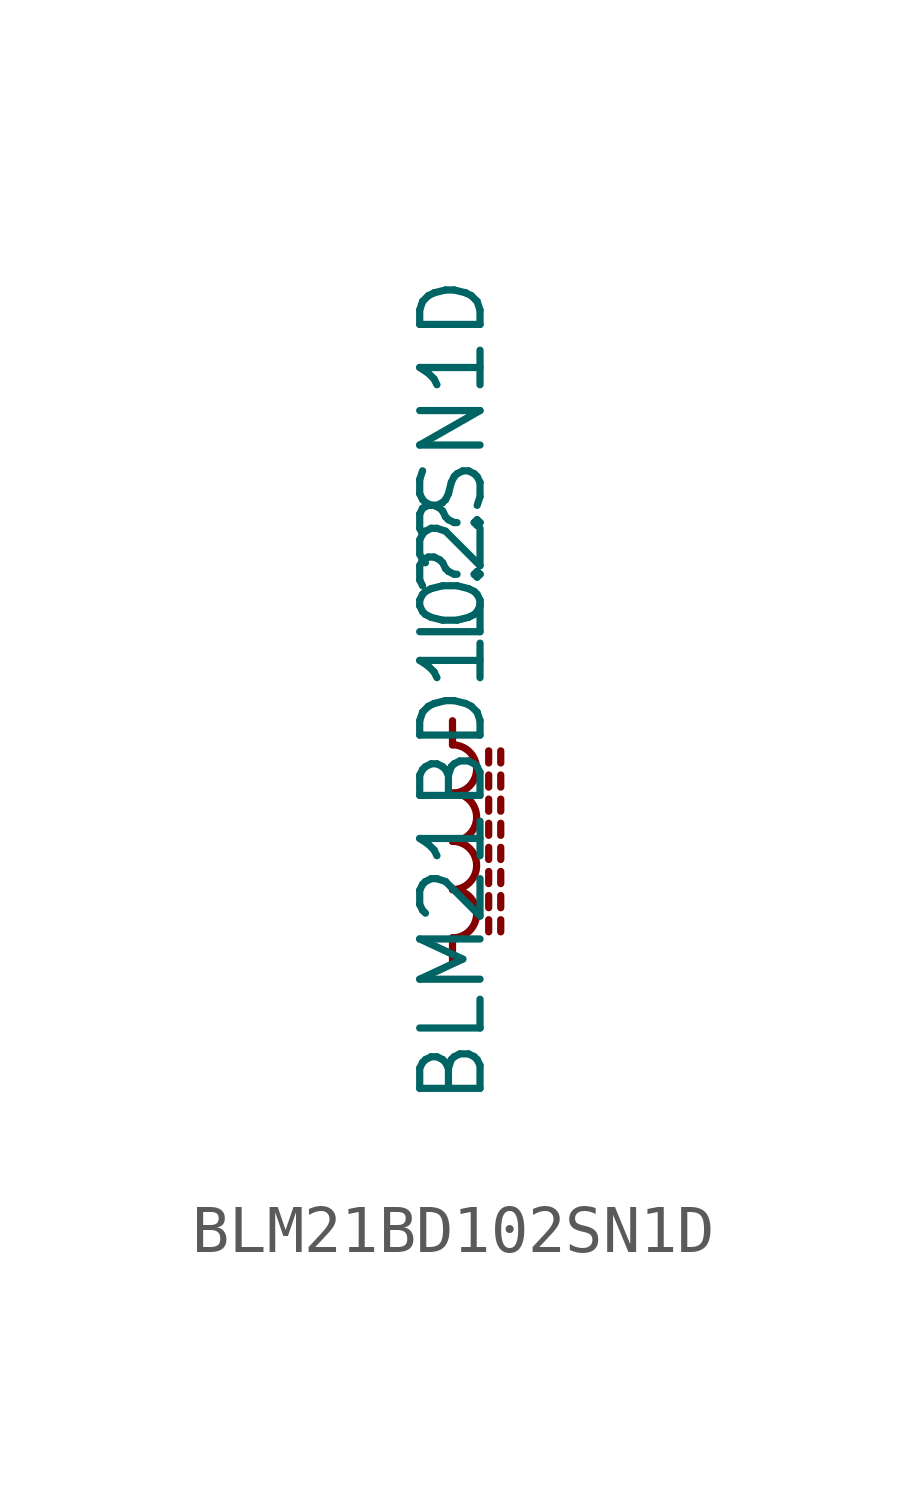
<source format=kicad_sym>
(kicad_symbol_lib
  (version 20211014)
  (generator kicad_symbol_editor)
  (symbol "BLM21BD102SN1D"
    (pin_numbers hide)
    (pin_names
      (offset 0.254) hide)
    (property "Reference" "L?"
      (at 0 5.715 90)
      (effects (font (size 1.27 1.27))))
    (property "Value" "BLM21BD102SN1D"
      (at 0 3.175 90)
      (effects (font (size 1.27 1.27))))
    (symbol "BLM21BD102SN1D_0_1"
      (arc (start 0 -2.032) (mid 0.508 -1.524) (end 0 -1.016) (stroke (width 0) (type default) (color 0 0 0 0)) (fill (type none)))
      (arc (start 0 -1.016) (mid 0.508 -0.508) (end 0 0) (stroke (width 0) (type default) (color 0 0 0 0)) (fill (type none)))
      (polyline (pts (xy 0.762 -1.905) (xy 0.762 -1.651)) (stroke (width 0) (type default) (color 0 0 0 0)) (fill (type none)))
      (polyline (pts (xy 0.762 -1.397) (xy 0.762 -1.143)) (stroke (width 0) (type default) (color 0 0 0 0)) (fill (type none)))
      (polyline (pts (xy 0.762 -0.889) (xy 0.762 -0.635)) (stroke (width 0) (type default) (color 0 0 0 0)) (fill (type none)))
      (polyline (pts (xy 0.762 -0.381) (xy 0.762 -0.127)) (stroke (width 0) (type default) (color 0 0 0 0)) (fill (type none)))
      (polyline (pts (xy 0.762 0.127) (xy 0.762 0.381)) (stroke (width 0) (type default) (color 0 0 0 0)) (fill (type none)))
      (polyline (pts (xy 0.762 0.635) (xy 0.762 0.889)) (stroke (width 0) (type default) (color 0 0 0 0)) (fill (type none)))
      (polyline (pts (xy 0.762 1.143) (xy 0.762 1.397)) (stroke (width 0) (type default) (color 0 0 0 0)) (fill (type none)))
      (polyline (pts (xy 0.762 1.651) (xy 0.762 1.905)) (stroke (width 0) (type default) (color 0 0 0 0)) (fill (type none)))
      (polyline (pts (xy 1.016 -1.651) (xy 1.016 -1.905)) (stroke (width 0) (type default) (color 0 0 0 0)) (fill (type none)))
      (polyline (pts (xy 1.016 -1.143) (xy 1.016 -1.397)) (stroke (width 0) (type default) (color 0 0 0 0)) (fill (type none)))
      (polyline (pts (xy 1.016 -0.635) (xy 1.016 -0.889)) (stroke (width 0) (type default) (color 0 0 0 0)) (fill (type none)))
      (polyline (pts (xy 1.016 -0.127) (xy 1.016 -0.381)) (stroke (width 0) (type default) (color 0 0 0 0)) (fill (type none)))
      (polyline (pts (xy 1.016 0.381) (xy 1.016 0.127)) (stroke (width 0) (type default) (color 0 0 0 0)) (fill (type none)))
      (polyline (pts (xy 1.016 0.889) (xy 1.016 0.635)) (stroke (width 0) (type default) (color 0 0 0 0)) (fill (type none)))
      (polyline (pts (xy 1.016 1.397) (xy 1.016 1.143)) (stroke (width 0) (type default) (color 0 0 0 0)) (fill (type none)))
      (polyline (pts (xy 1.016 1.905) (xy 1.016 1.651)) (stroke (width 0) (type default) (color 0 0 0 0)) (fill (type none)))
      (arc (start 0 0) (mid 0.508 0.508) (end 0 1.016) (stroke (width 0) (type default) (color 0 0 0 0)) (fill (type none)))
      (arc (start 0 1.016) (mid 0.508 1.524) (end 0 2.032) (stroke (width 0) (type default) (color 0 0 0 0)) (fill (type none))))
    (symbol "BLM21BD102SN1D_1_1"
      (pin passive line (at 0 2.54 270) (length 0.508) (name "~" (effects (font (size 1.27 1.27)))) (number "1" (effects (font (size 1.27 1.27)))))
      (pin passive line (at 0 -2.54 90) (length 0.508) (name "~" (effects (font (size 1.27 1.27)))) (number "2" (effects (font (size 1.27 1.27))))))))
</source>
